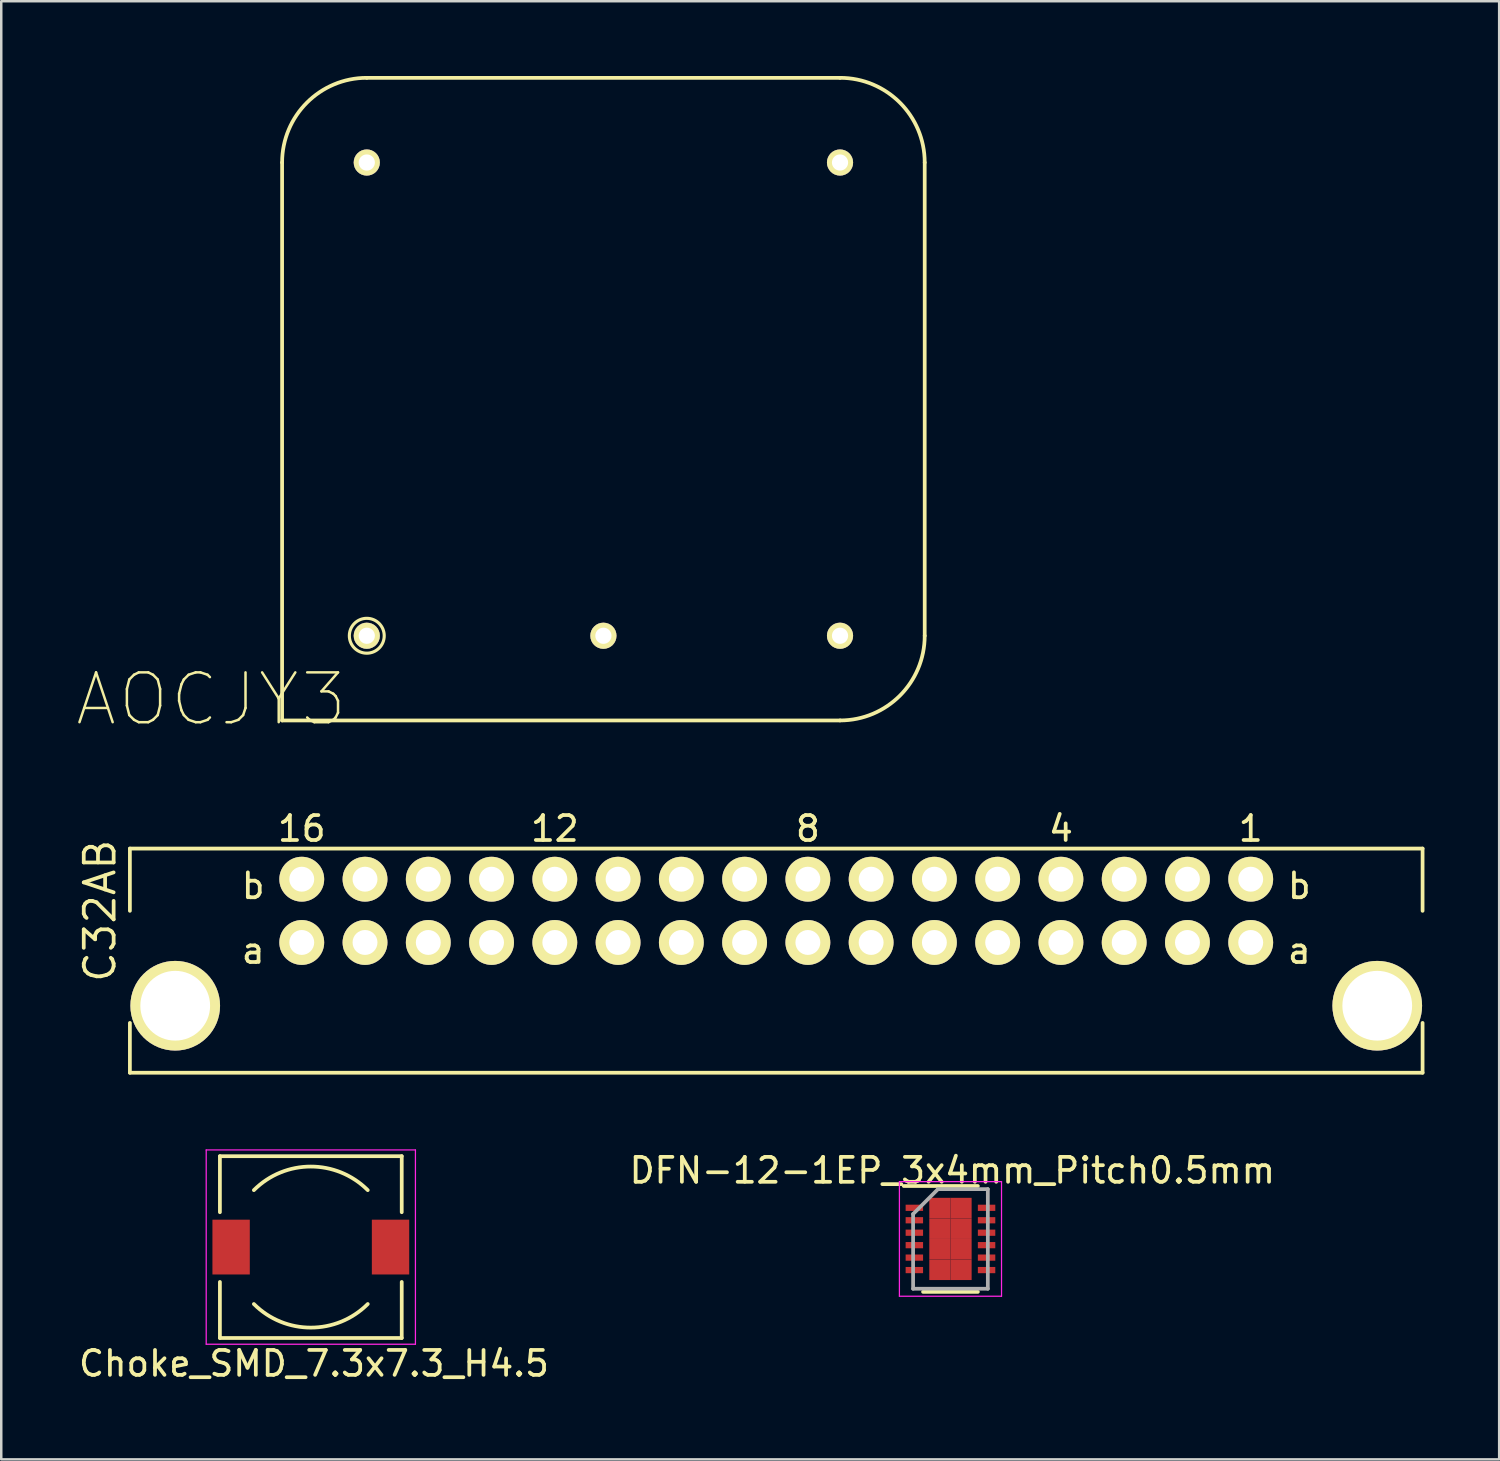
<source format=kicad_pcb>
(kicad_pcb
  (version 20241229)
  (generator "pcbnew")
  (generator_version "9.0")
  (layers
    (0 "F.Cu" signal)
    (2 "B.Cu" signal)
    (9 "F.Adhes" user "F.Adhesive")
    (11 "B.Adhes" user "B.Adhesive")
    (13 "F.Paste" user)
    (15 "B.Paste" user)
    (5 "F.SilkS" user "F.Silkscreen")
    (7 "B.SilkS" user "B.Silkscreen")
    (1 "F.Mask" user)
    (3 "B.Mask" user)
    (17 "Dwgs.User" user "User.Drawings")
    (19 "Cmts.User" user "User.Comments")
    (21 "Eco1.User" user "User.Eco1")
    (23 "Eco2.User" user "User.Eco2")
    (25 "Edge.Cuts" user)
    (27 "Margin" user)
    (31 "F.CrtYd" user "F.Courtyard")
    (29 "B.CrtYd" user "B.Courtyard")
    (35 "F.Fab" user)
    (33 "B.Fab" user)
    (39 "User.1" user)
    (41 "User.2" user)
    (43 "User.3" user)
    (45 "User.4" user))
  (footprint "AOCJY3"
    (layer "F.Cu")
    (at 11.676 22.475)
    (property "Reference" "AOCJY3" (at -6.25 2.55 0) (layer "F.SilkS") (effects (font (size 2 2) (thickness 0.1))))
    (attr through_hole)
    (fp_line (start -3.4 -19) (end -3.4 3.4) (stroke (width 0.15) (type solid)) (layer "F.SilkS"))
    (fp_line (start -3.4 3.4) (end 19 3.4) (stroke (width 0.15) (type solid)) (layer "F.SilkS"))
    (fp_line (start 19 -22.4) (end 0 -22.4) (stroke (width 0.15) (type solid)) (layer "F.SilkS"))
    (fp_line (start 22.4 0) (end 22.4 -19) (stroke (width 0.15) (type solid)) (layer "F.SilkS"))
    (fp_arc (start -3.4 -19) (mid -2.404163 -21.404163) (end 0 -22.4) (stroke (width 0.15) (type solid)) (layer "F.SilkS"))
    (fp_arc (start 19 -22.4) (mid 21.404163 -21.404163) (end 22.4 -19) (stroke (width 0.15) (type solid)) (layer "F.SilkS"))
    (fp_arc (start 22.4 0) (mid 21.404163 2.404163) (end 19 3.4) (stroke (width 0.15) (type solid)) (layer "F.SilkS"))
    (fp_circle (center 0 0) (end 0 0.7) (stroke (width 0.125) (type solid)) (fill no) (layer "F.SilkS"))
    (pad "1" thru_hole circle (at 0 0) (size 1.05 1.05) (drill 0.65) (layers "*.Cu" "*.Mask" "F.SilkS"))
    (pad "2" thru_hole circle (at 9.5 0) (size 1.05 1.05) (drill 0.65) (layers "*.Cu" "*.Mask" "F.SilkS"))
    (pad "3" thru_hole circle (at 19 0) (size 1.05 1.05) (drill 0.65) (layers "*.Cu" "*.Mask" "F.SilkS"))
    (pad "4" thru_hole circle (at 19 -19) (size 1.05 1.05) (drill 0.65) (layers "*.Cu" "*.Mask" "F.SilkS"))
    (pad "5" thru_hole circle (at 0 -19) (size 1.05 1.05) (drill 0.65) (layers "*.Cu" "*.Mask" "F.SilkS")))
  (footprint "DFN-12-1EP_3x4mm_Pitch0.5mm"
    (layer "F.Cu")
    (at 35.11 46.692)
    (property "Reference" "DFN-12-1EP_3x4mm_Pitch0.5mm" (at 0.075 -2.75 0) (layer "F.SilkS") (effects (font (size 1 1) (thickness 0.15))))
    (attr smd)
    (fp_line (start -1.875 -2.125) (end 1.1 -2.125) (stroke (width 0.15) (type solid)) (layer "F.SilkS"))
    (fp_line (start -1.1 2.125) (end 1.1 2.125) (stroke (width 0.15) (type solid)) (layer "F.SilkS"))
    (fp_line (start -2.05 -2.3) (end -2.05 2.3) (stroke (width 0.05) (type solid)) (layer "F.CrtYd"))
    (fp_line (start -2.05 -2.3) (end 2.05 -2.3) (stroke (width 0.05) (type solid)) (layer "F.CrtYd"))
    (fp_line (start -2.05 2.3) (end 2.05 2.3) (stroke (width 0.05) (type solid)) (layer "F.CrtYd"))
    (fp_line (start 2.05 -2.3) (end 2.05 2.3) (stroke (width 0.05) (type solid)) (layer "F.CrtYd"))
    (fp_line (start -1.5 -1) (end -0.5 -2) (stroke (width 0.15) (type solid)) (layer "F.Fab"))
    (fp_line (start -1.5 2) (end -1.5 -1) (stroke (width 0.15) (type solid)) (layer "F.Fab"))
    (fp_line (start -0.5 -2) (end 1.5 -2) (stroke (width 0.15) (type solid)) (layer "F.Fab"))
    (fp_line (start 1.5 -2) (end 1.5 2) (stroke (width 0.15) (type solid)) (layer "F.Fab"))
    (fp_line (start 1.5 2) (end -1.5 2) (stroke (width 0.15) (type solid)) (layer "F.Fab"))
    (pad "1" smd rect (at -1.45 -1.25) (size 0.7 0.25) (layers "F.Cu" "F.Mask" "F.Paste"))
    (pad "2" smd rect (at -1.45 -0.75) (size 0.7 0.25) (layers "F.Cu" "F.Mask" "F.Paste"))
    (pad "3" smd rect (at -1.45 -0.25) (size 0.7 0.25) (layers "F.Cu" "F.Mask" "F.Paste"))
    (pad "4" smd rect (at -1.45 0.25) (size 0.7 0.25) (layers "F.Cu" "F.Mask" "F.Paste"))
    (pad "5" smd rect (at -1.45 0.75) (size 0.7 0.25) (layers "F.Cu" "F.Mask" "F.Paste"))
    (pad "6" smd rect (at -1.45 1.25) (size 0.7 0.25) (layers "F.Cu" "F.Mask" "F.Paste"))
    (pad "7" smd rect (at 1.45 1.25) (size 0.7 0.25) (layers "F.Cu" "F.Mask" "F.Paste"))
    (pad "8" smd rect (at 1.45 0.75) (size 0.7 0.25) (layers "F.Cu" "F.Mask" "F.Paste"))
    (pad "9" smd rect (at 1.45 0.25) (size 0.7 0.25) (layers "F.Cu" "F.Mask" "F.Paste"))
    (pad "10" smd rect (at 1.45 -0.25) (size 0.7 0.25) (layers "F.Cu" "F.Mask" "F.Paste"))
    (pad "11" smd rect (at 1.45 -0.75) (size 0.7 0.25) (layers "F.Cu" "F.Mask" "F.Paste"))
    (pad "12" smd rect (at 1.45 -1.25) (size 0.7 0.25) (layers "F.Cu" "F.Mask" "F.Paste"))
    (pad "13" smd rect (at -0.425 -1.238) (size 0.85 0.825) (layers "F.Cu" "F.Mask" "F.Paste"))
    (pad "13" smd rect (at -0.425 -0.412) (size 0.85 0.825) (layers "F.Cu" "F.Mask" "F.Paste"))
    (pad "13" smd rect (at -0.425 0.412) (size 0.85 0.825) (layers "F.Cu" "F.Mask" "F.Paste"))
    (pad "13" smd rect (at -0.425 1.238) (size 0.85 0.825) (layers "F.Cu" "F.Mask" "F.Paste"))
    (pad "13" smd rect (at 0.425 -1.238) (size 0.85 0.825) (layers "F.Cu" "F.Mask" "F.Paste"))
    (pad "13" smd rect (at 0.425 -0.412) (size 0.85 0.825) (layers "F.Cu" "F.Mask" "F.Paste"))
    (pad "13" smd rect (at 0.425 0.412) (size 0.85 0.825) (layers "F.Cu" "F.Mask" "F.Paste"))
    (pad "13" smd rect (at 0.425 1.238) (size 0.85 0.825) (layers "F.Cu" "F.Mask" "F.Paste")))
  (footprint "C32AB"
    (layer "F.Cu")
    (at 28.115 33.519)
    (property "Reference" "C32AB" (at -27.15 0 90) (layer "F.SilkS") (effects (font (size 1.2 1.2) (thickness 0.15))))
    (attr through_hole)
    (fp_line (start -25.95 -2.5) (end -25.95 0) (stroke (width 0.15) (type solid)) (layer "F.SilkS"))
    (fp_line (start -25.95 4.5) (end -25.95 6.5) (stroke (width 0.15) (type solid)) (layer "F.SilkS"))
    (fp_line (start -25.95 6.5) (end 25.95 6.5) (stroke (width 0.15) (type solid)) (layer "F.SilkS"))
    (fp_line (start 25.95 -2.5) (end -25.95 -2.5) (stroke (width 0.15) (type solid)) (layer "F.SilkS"))
    (fp_line (start 25.95 -2.5) (end 25.95 0) (stroke (width 0.15) (type solid)) (layer "F.SilkS"))
    (fp_line (start 25.95 6.5) (end 25.95 4.5) (stroke (width 0.15) (type solid)) (layer "F.SilkS"))
    (fp_text user "b" (at 21 -1 0) (layer "F.SilkS") (effects (font (size 1 1) (thickness 0.15))))
    (fp_text user "b" (at -21 -1 0) (layer "F.SilkS") (effects (font (size 1 1) (thickness 0.15))))
    (fp_text user "8" (at 1.27 -3.3 0) (layer "F.SilkS") (effects (font (size 1 1) (thickness 0.15))))
    (fp_text user "4" (at 11.43 -3.3 0) (layer "F.SilkS") (effects (font (size 1 1) (thickness 0.15))))
    (fp_text user "a" (at 21 1.6 0) (layer "F.SilkS") (effects (font (size 1 1) (thickness 0.15))))
    (fp_text user "16" (at -19.05 -3.3 0) (layer "F.SilkS") (effects (font (size 1 1) (thickness 0.15))))
    (fp_text user "a" (at -21 1.6 0) (layer "F.SilkS") (effects (font (size 1 1) (thickness 0.15))))
    (fp_text user "1" (at 19.05 -3.3 0) (layer "F.SilkS") (effects (font (size 1 1) (thickness 0.15))))
    (fp_text user "12" (at -8.89 -3.3 0) (layer "F.SilkS") (effects (font (size 1 1) (thickness 0.15))))
    (pad "A1" thru_hole circle (at 19.05 1.27) (size 1.8 1.8) (drill 1) (layers "*.Cu" "*.Mask" "F.SilkS"))
    (pad "A2" thru_hole circle (at 16.51 1.27) (size 1.8 1.8) (drill 1) (layers "*.Cu" "*.Mask" "F.SilkS"))
    (pad "A3" thru_hole circle (at 13.97 1.27) (size 1.8 1.8) (drill 1) (layers "*.Cu" "*.Mask" "F.SilkS"))
    (pad "A4" thru_hole circle (at 11.43 1.27) (size 1.8 1.8) (drill 1) (layers "*.Cu" "*.Mask" "F.SilkS"))
    (pad "A5" thru_hole circle (at 8.89 1.27) (size 1.8 1.8) (drill 1) (layers "*.Cu" "*.Mask" "F.SilkS"))
    (pad "A6" thru_hole circle (at 6.35 1.27) (size 1.8 1.8) (drill 1) (layers "*.Cu" "*.Mask" "F.SilkS"))
    (pad "A7" thru_hole circle (at 3.81 1.27) (size 1.8 1.8) (drill 1) (layers "*.Cu" "*.Mask" "F.SilkS"))
    (pad "A8" thru_hole circle (at 1.27 1.27) (size 1.8 1.8) (drill 1) (layers "*.Cu" "*.Mask" "F.SilkS"))
    (pad "A9" thru_hole circle (at -1.27 1.27) (size 1.8 1.8) (drill 1) (layers "*.Cu" "*.Mask" "F.SilkS"))
    (pad "A10" thru_hole circle (at -3.81 1.27) (size 1.8 1.8) (drill 1) (layers "*.Cu" "*.Mask" "F.SilkS"))
    (pad "A11" thru_hole circle (at -6.35 1.27) (size 1.8 1.8) (drill 1) (layers "*.Cu" "*.Mask" "F.SilkS"))
    (pad "A12" thru_hole circle (at -8.89 1.27) (size 1.8 1.8) (drill 1) (layers "*.Cu" "*.Mask" "F.SilkS"))
    (pad "A13" thru_hole circle (at -11.43 1.27) (size 1.8 1.8) (drill 1) (layers "*.Cu" "*.Mask" "F.SilkS"))
    (pad "A14" thru_hole circle (at -13.97 1.27) (size 1.8 1.8) (drill 1) (layers "*.Cu" "*.Mask" "F.SilkS"))
    (pad "A15" thru_hole circle (at -16.51 1.27) (size 1.8 1.8) (drill 1) (layers "*.Cu" "*.Mask" "F.SilkS"))
    (pad "A16" thru_hole circle (at -19.05 1.27) (size 1.8 1.8) (drill 1) (layers "*.Cu" "*.Mask" "F.SilkS"))
    (pad "B1" thru_hole circle (at 19.05 -1.27) (size 1.8 1.8) (drill 1) (layers "*.Cu" "*.Mask" "F.SilkS"))
    (pad "B2" thru_hole circle (at 16.51 -1.27) (size 1.8 1.8) (drill 1) (layers "*.Cu" "*.Mask" "F.SilkS"))
    (pad "B3" thru_hole circle (at 13.97 -1.27) (size 1.8 1.8) (drill 1) (layers "*.Cu" "*.Mask" "F.SilkS"))
    (pad "B4" thru_hole circle (at 11.43 -1.27) (size 1.8 1.8) (drill 1) (layers "*.Cu" "*.Mask" "F.SilkS"))
    (pad "B5" thru_hole circle (at 8.89 -1.27) (size 1.8 1.8) (drill 1) (layers "*.Cu" "*.Mask" "F.SilkS"))
    (pad "B6" thru_hole circle (at 6.35 -1.27) (size 1.8 1.8) (drill 1) (layers "*.Cu" "*.Mask" "F.SilkS"))
    (pad "B7" thru_hole circle (at 3.81 -1.27) (size 1.8 1.8) (drill 1) (layers "*.Cu" "*.Mask" "F.SilkS"))
    (pad "B8" thru_hole circle (at 1.27 -1.27) (size 1.8 1.8) (drill 1) (layers "*.Cu" "*.Mask" "F.SilkS"))
    (pad "B9" thru_hole circle (at -1.27 -1.27) (size 1.8 1.8) (drill 1) (layers "*.Cu" "*.Mask" "F.SilkS"))
    (pad "B10" thru_hole circle (at -3.81 -1.27) (size 1.8 1.8) (drill 1) (layers "*.Cu" "*.Mask" "F.SilkS"))
    (pad "B11" thru_hole circle (at -6.35 -1.27) (size 1.8 1.8) (drill 1) (layers "*.Cu" "*.Mask" "F.SilkS"))
    (pad "B12" thru_hole circle (at -8.89 -1.27) (size 1.8 1.8) (drill 1) (layers "*.Cu" "*.Mask" "F.SilkS"))
    (pad "B13" thru_hole circle (at -11.43 -1.27) (size 1.8 1.8) (drill 1) (layers "*.Cu" "*.Mask" "F.SilkS"))
    (pad "B14" thru_hole circle (at -13.97 -1.27) (size 1.8 1.8) (drill 1) (layers "*.Cu" "*.Mask" "F.SilkS"))
    (pad "B15" thru_hole circle (at -16.51 -1.27) (size 1.8 1.8) (drill 1) (layers "*.Cu" "*.Mask" "F.SilkS"))
    (pad "B16" thru_hole circle (at -19.05 -1.27) (size 1.8 1.8) (drill 1) (layers "*.Cu" "*.Mask" "F.SilkS"))
    (pad "~" thru_hole circle (at -24.13 3.81) (size 3.6 3.6) (drill 2.8) (layers "*.Cu" "*.Mask" "F.SilkS"))
    (pad "~" thru_hole circle (at 24.13 3.81) (size 3.6 3.6) (drill 2.8) (layers "*.Cu" "*.Mask" "F.SilkS")))
  (footprint "Choke_SMD_7.3x7.3_H4.5"
    (layer "F.Cu")
    (at 9.429 47.019)
    (property "Reference" "Choke_SMD_7.3x7.3_H4.5" (at 0.125 4.675 0) (layer "F.SilkS") (effects (font (size 1 1) (thickness 0.15))))
    (attr smd)
    (fp_line (start -3.65 -3.65) (end -3.65 -1.4) (stroke (width 0.15) (type solid)) (layer "F.SilkS"))
    (fp_line (start -3.65 -3.65) (end 3.65 -3.65) (stroke (width 0.15) (type solid)) (layer "F.SilkS"))
    (fp_line (start -3.65 3.65) (end -3.65 1.4) (stroke (width 0.15) (type solid)) (layer "F.SilkS"))
    (fp_line (start 3.65 -3.65) (end 3.65 -1.4) (stroke (width 0.15) (type solid)) (layer "F.SilkS"))
    (fp_line (start 3.65 3.65) (end -3.65 3.65) (stroke (width 0.15) (type solid)) (layer "F.SilkS"))
    (fp_line (start 3.65 3.65) (end 3.65 1.4) (stroke (width 0.15) (type solid)) (layer "F.SilkS"))
    (fp_arc (start -2.286 -2.286) (mid 0 -3.232892) (end 2.286 -2.286) (stroke (width 0.15) (type solid)) (layer "F.SilkS"))
    (fp_arc (start 2.286 2.286) (mid 0 3.232892) (end -2.286 2.286) (stroke (width 0.15) (type solid)) (layer "F.SilkS"))
    (fp_line (start -4.2 -3.9) (end -4.2 3.9) (stroke (width 0.05) (type solid)) (layer "F.CrtYd"))
    (fp_line (start -4.2 3.9) (end 4.2 3.9) (stroke (width 0.05) (type solid)) (layer "F.CrtYd"))
    (fp_line (start 4.2 -3.9) (end -4.2 -3.9) (stroke (width 0.05) (type solid)) (layer "F.CrtYd"))
    (fp_line (start 4.2 3.9) (end 4.2 -3.9) (stroke (width 0.05) (type solid)) (layer "F.CrtYd"))
    (pad "1" smd rect (at -3.2 0) (size 1.5 2.2) (layers "F.Cu" "F.Mask" "F.Paste"))
    (pad "2" smd rect (at 3.2 0) (size 1.5 2.2) (layers "F.Cu" "F.Mask" "F.Paste")))
  (gr_rect
    (start -3 -3)
    (end 57.14 55.542)
    (stroke (width 0.1) (type default))
    (fill no)
    (layer "Edge.Cuts")))
</source>
